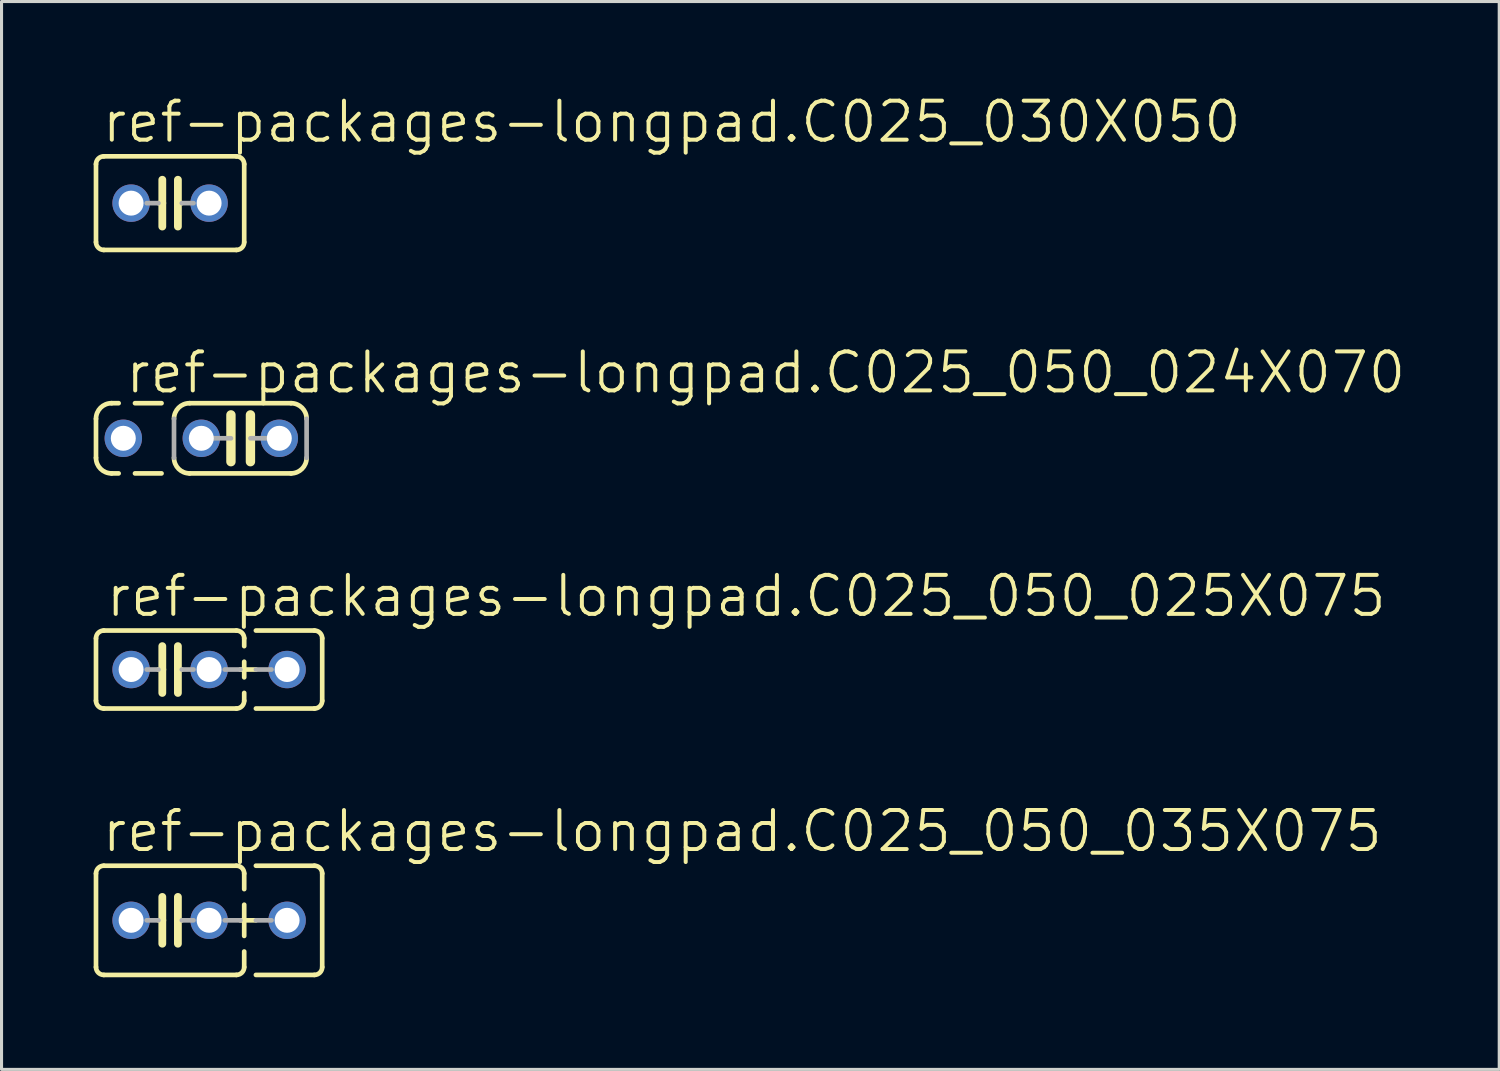
<source format=kicad_pcb>
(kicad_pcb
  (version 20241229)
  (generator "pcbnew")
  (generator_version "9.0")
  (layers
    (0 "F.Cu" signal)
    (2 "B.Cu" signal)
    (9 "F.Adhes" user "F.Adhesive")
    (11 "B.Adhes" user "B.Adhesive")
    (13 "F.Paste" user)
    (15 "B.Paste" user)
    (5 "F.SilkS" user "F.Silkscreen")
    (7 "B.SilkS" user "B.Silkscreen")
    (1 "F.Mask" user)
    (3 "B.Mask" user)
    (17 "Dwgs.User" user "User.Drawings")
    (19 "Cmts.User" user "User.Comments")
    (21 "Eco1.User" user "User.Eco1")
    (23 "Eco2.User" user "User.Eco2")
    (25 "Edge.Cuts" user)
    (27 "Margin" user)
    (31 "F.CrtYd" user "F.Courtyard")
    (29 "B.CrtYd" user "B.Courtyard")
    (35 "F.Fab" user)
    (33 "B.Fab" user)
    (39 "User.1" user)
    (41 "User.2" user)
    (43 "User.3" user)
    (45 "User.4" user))
  (footprint "ref-packages-longpad.C025_050_035X075"
    (layer "F.Cu")
    (at 2.489 26.918)
    (property "Reference" "ref-packages-longpad.C025_050_035X075" (at -2.286 -2.159 0) (layer "F.SilkS") (effects (font (size 1.27 1.27) (thickness 0.13)) (justify left bottom)))
    (attr through_hole)
    (fp_line (start -2.413 -1.524) (end -2.413 1.524) (stroke (width 0.152) (type default)) (layer "F.SilkS"))
    (fp_line (start -2.159 -1.778) (end 2.159 -1.778) (stroke (width 0.152) (type default)) (layer "F.SilkS"))
    (fp_line (start -0.254 -0.762) (end -0.254 0) (stroke (width 0.254) (type default)) (layer "F.SilkS"))
    (fp_line (start -0.254 0) (end -0.381 0) (stroke (width 0.152) (type default)) (layer "F.SilkS"))
    (fp_line (start -0.254 0) (end -0.254 0.762) (stroke (width 0.254) (type default)) (layer "F.SilkS"))
    (fp_line (start 0.254 0) (end 0.254 -0.762) (stroke (width 0.254) (type default)) (layer "F.SilkS"))
    (fp_line (start 0.254 0) (end 0.254 0.762) (stroke (width 0.254) (type default)) (layer "F.SilkS"))
    (fp_line (start 0.381 0) (end 0.254 0) (stroke (width 0.152) (type default)) (layer "F.SilkS"))
    (fp_line (start 2.159 1.778) (end -2.159 1.778) (stroke (width 0.152) (type default)) (layer "F.SilkS"))
    (fp_line (start 2.286 0) (end 2.794 0) (stroke (width 0.152) (type default)) (layer "F.SilkS"))
    (fp_line (start 2.413 -1.524) (end 2.413 -1.016) (stroke (width 0.152) (type default)) (layer "F.SilkS"))
    (fp_line (start 2.413 -0.508) (end 2.413 0.508) (stroke (width 0.152) (type default)) (layer "F.SilkS"))
    (fp_line (start 2.413 1.016) (end 2.413 1.524) (stroke (width 0.152) (type default)) (layer "F.SilkS"))
    (fp_line (start 2.794 -1.778) (end 4.699 -1.778) (stroke (width 0.152) (type default)) (layer "F.SilkS"))
    (fp_line (start 4.699 1.778) (end 2.794 1.778) (stroke (width 0.152) (type default)) (layer "F.SilkS"))
    (fp_line (start 4.953 -1.524) (end 4.953 1.524) (stroke (width 0.152) (type default)) (layer "F.SilkS"))
    (fp_arc (start -2.413 -1.524) (mid -2.338605 -1.703605) (end -2.159 -1.778) (stroke (width 0.1524) (type default)) (layer "F.SilkS"))
    (fp_arc (start -2.159 1.778) (mid -2.338605 1.703605) (end -2.413 1.524) (stroke (width 0.1524) (type default)) (layer "F.SilkS"))
    (fp_arc (start 2.159 -1.778) (mid 2.338605 -1.703605) (end 2.413 -1.524) (stroke (width 0.1524) (type default)) (layer "F.SilkS"))
    (fp_arc (start 2.413 1.524) (mid 2.338605 1.703605) (end 2.159 1.778) (stroke (width 0.1524) (type default)) (layer "F.SilkS"))
    (fp_arc (start 4.699 -1.778) (mid 4.878605 -1.703605) (end 4.953 -1.524) (stroke (width 0.1524) (type default)) (layer "F.SilkS"))
    (fp_arc (start 4.953 1.524) (mid 4.878605 1.703605) (end 4.699 1.778) (stroke (width 0.1524) (type default)) (layer "F.SilkS"))
    (fp_line (start -0.381 0) (end -0.762 0) (stroke (width 0.152) (type default)) (layer "F.Fab"))
    (fp_line (start 0.381 0) (end 0.762 0) (stroke (width 0.152) (type default)) (layer "F.Fab"))
    (fp_line (start 2.286 0) (end 1.778 0) (stroke (width 0.152) (type default)) (layer "F.Fab"))
    (fp_line (start 2.794 0) (end 3.302 0) (stroke (width 0.152) (type default)) (layer "F.Fab"))
    (pad "1" thru_hole circle (at -1.27 0) (size 1.219 1.219) (drill 0.813) (layers "*.Cu" "*.Mask"))
    (pad "2" thru_hole circle (at 1.27 0) (size 1.219 1.219) (drill 0.813) (layers "*.Cu" "*.Mask"))
    (pad "3" thru_hole circle (at 3.81 0) (size 1.219 1.219) (drill 0.813) (layers "*.Cu" "*.Mask")))
  (footprint "ref-packages-longpad.C025_050_024X070"
    (layer "F.Cu")
    (at 4.775 11.222)
    (property "Reference" "ref-packages-longpad.C025_050_024X070" (at -3.81 -1.397 0) (layer "F.SilkS") (effects (font (size 1.27 1.27) (thickness 0.13)) (justify left bottom)))
    (attr through_hole)
    (fp_line (start -4.699 0.635) (end -4.699 -0.635) (stroke (width 0.152) (type default)) (layer "F.SilkS"))
    (fp_line (start -4.191 -1.143) (end -3.962 -1.143) (stroke (width 0.152) (type default)) (layer "F.SilkS"))
    (fp_line (start -4.191 1.143) (end -3.962 1.143) (stroke (width 0.152) (type default)) (layer "F.SilkS"))
    (fp_line (start -3.429 -1.143) (end -2.565 -1.143) (stroke (width 0.152) (type default)) (layer "F.SilkS"))
    (fp_line (start -3.429 1.143) (end -2.565 1.143) (stroke (width 0.152) (type default)) (layer "F.SilkS"))
    (fp_line (start -0.305 -0.762) (end -0.305 0.762) (stroke (width 0.305) (type default)) (layer "F.SilkS"))
    (fp_line (start 0.33 -0.762) (end 0.33 0.762) (stroke (width 0.305) (type default)) (layer "F.SilkS"))
    (fp_line (start 1.651 -1.143) (end -1.651 -1.143) (stroke (width 0.152) (type default)) (layer "F.SilkS"))
    (fp_line (start 1.651 1.143) (end -1.651 1.143) (stroke (width 0.152) (type default)) (layer "F.SilkS"))
    (fp_arc (start -4.699 -0.635) (mid -4.55021 -0.99421) (end -4.191 -1.143) (stroke (width 0.1524) (type default)) (layer "F.SilkS"))
    (fp_arc (start -4.191 1.143) (mid -4.55021 0.99421) (end -4.699 0.635) (stroke (width 0.1524) (type default)) (layer "F.SilkS"))
    (fp_arc (start -2.159 -0.635) (mid -2.01021 -0.99421) (end -1.651 -1.143) (stroke (width 0.1524) (type default)) (layer "F.SilkS"))
    (fp_arc (start -1.651 1.143) (mid -2.01021 0.99421) (end -2.159 0.635) (stroke (width 0.1524) (type default)) (layer "F.SilkS"))
    (fp_arc (start 1.651 -1.143) (mid 2.01021 -0.99421) (end 2.159 -0.635) (stroke (width 0.1524) (type default)) (layer "F.SilkS"))
    (fp_arc (start 2.159 0.635) (mid 2.01021 0.99421) (end 1.651 1.143) (stroke (width 0.1524) (type default)) (layer "F.SilkS"))
    (fp_line (start -2.159 0.635) (end -2.159 -0.635) (stroke (width 0.152) (type default)) (layer "F.Fab"))
    (fp_line (start -1.27 0) (end -0.305 0) (stroke (width 0.152) (type default)) (layer "F.Fab"))
    (fp_line (start 1.27 0) (end 0.33 0) (stroke (width 0.152) (type default)) (layer "F.Fab"))
    (fp_line (start 2.159 0.635) (end 2.159 -0.635) (stroke (width 0.152) (type default)) (layer "F.Fab"))
    (pad "1" thru_hole circle (at -3.81 0) (size 1.219 1.219) (drill 0.813) (layers "*.Cu" "*.Mask"))
    (pad "2" thru_hole circle (at -1.27 0) (size 1.219 1.219) (drill 0.813) (layers "*.Cu" "*.Mask"))
    (pad "3" thru_hole circle (at 1.27 0) (size 1.219 1.219) (drill 0.813) (layers "*.Cu" "*.Mask")))
  (footprint "ref-packages-longpad.C025_050_025X075"
    (layer "F.Cu")
    (at 2.489 18.752)
    (property "Reference" "ref-packages-longpad.C025_050_025X075" (at -2.159 -1.651 0) (layer "F.SilkS") (effects (font (size 1.27 1.27) (thickness 0.13)) (justify left bottom)))
    (attr through_hole)
    (fp_line (start -2.413 -1.016) (end -2.413 1.016) (stroke (width 0.152) (type default)) (layer "F.SilkS"))
    (fp_line (start -2.159 -1.27) (end 2.159 -1.27) (stroke (width 0.152) (type default)) (layer "F.SilkS"))
    (fp_line (start -0.254 -0.762) (end -0.254 0) (stroke (width 0.254) (type default)) (layer "F.SilkS"))
    (fp_line (start -0.254 0) (end -0.381 0) (stroke (width 0.152) (type default)) (layer "F.SilkS"))
    (fp_line (start -0.254 0) (end -0.254 0.762) (stroke (width 0.254) (type default)) (layer "F.SilkS"))
    (fp_line (start 0.254 0) (end 0.254 -0.762) (stroke (width 0.254) (type default)) (layer "F.SilkS"))
    (fp_line (start 0.254 0) (end 0.254 0.762) (stroke (width 0.254) (type default)) (layer "F.SilkS"))
    (fp_line (start 0.381 0) (end 0.254 0) (stroke (width 0.152) (type default)) (layer "F.SilkS"))
    (fp_line (start 2.159 1.27) (end -2.159 1.27) (stroke (width 0.152) (type default)) (layer "F.SilkS"))
    (fp_line (start 2.286 0) (end 2.794 0) (stroke (width 0.152) (type default)) (layer "F.SilkS"))
    (fp_line (start 2.413 -1.016) (end 2.413 -0.762) (stroke (width 0.152) (type default)) (layer "F.SilkS"))
    (fp_line (start 2.413 -0.254) (end 2.413 0.254) (stroke (width 0.152) (type default)) (layer "F.SilkS"))
    (fp_line (start 2.413 0.762) (end 2.413 1.016) (stroke (width 0.152) (type default)) (layer "F.SilkS"))
    (fp_line (start 2.794 -1.27) (end 4.699 -1.27) (stroke (width 0.152) (type default)) (layer "F.SilkS"))
    (fp_line (start 4.699 1.27) (end 2.794 1.27) (stroke (width 0.152) (type default)) (layer "F.SilkS"))
    (fp_line (start 4.953 -1.016) (end 4.953 1.016) (stroke (width 0.152) (type default)) (layer "F.SilkS"))
    (fp_arc (start -2.413 -1.016) (mid -2.338605 -1.195605) (end -2.159 -1.27) (stroke (width 0.1524) (type default)) (layer "F.SilkS"))
    (fp_arc (start -2.159 1.27) (mid -2.338605 1.195605) (end -2.413 1.016) (stroke (width 0.1524) (type default)) (layer "F.SilkS"))
    (fp_arc (start 2.159 -1.27) (mid 2.338605 -1.195605) (end 2.413 -1.016) (stroke (width 0.1524) (type default)) (layer "F.SilkS"))
    (fp_arc (start 2.413 1.016) (mid 2.338605 1.195605) (end 2.159 1.27) (stroke (width 0.1524) (type default)) (layer "F.SilkS"))
    (fp_arc (start 4.699 -1.27) (mid 4.878605 -1.195605) (end 4.953 -1.016) (stroke (width 0.1524) (type default)) (layer "F.SilkS"))
    (fp_arc (start 4.953 1.016) (mid 4.878605 1.195605) (end 4.699 1.27) (stroke (width 0.1524) (type default)) (layer "F.SilkS"))
    (fp_line (start -0.381 0) (end -0.762 0) (stroke (width 0.152) (type default)) (layer "F.Fab"))
    (fp_line (start 0.762 0) (end 0.381 0) (stroke (width 0.152) (type default)) (layer "F.Fab"))
    (fp_line (start 1.778 0) (end 2.286 0) (stroke (width 0.152) (type default)) (layer "F.Fab"))
    (fp_line (start 2.794 0) (end 3.302 0) (stroke (width 0.152) (type default)) (layer "F.Fab"))
    (pad "1" thru_hole circle (at -1.27 0) (size 1.219 1.219) (drill 0.813) (layers "*.Cu" "*.Mask"))
    (pad "2" thru_hole circle (at 1.27 0) (size 1.219 1.219) (drill 0.813) (layers "*.Cu" "*.Mask"))
    (pad "3" thru_hole circle (at 3.81 0) (size 1.219 1.219) (drill 0.813) (layers "*.Cu" "*.Mask")))
  (footprint "ref-packages-longpad.C025_030X050"
    (layer "F.Cu")
    (at 2.489 3.565)
    (property "Reference" "ref-packages-longpad.C025_030X050" (at -2.286 -1.905 0) (layer "F.SilkS") (effects (font (size 1.27 1.27) (thickness 0.13)) (justify left bottom)))
    (attr through_hole)
    (fp_line (start -2.413 -1.27) (end -2.413 1.27) (stroke (width 0.152) (type default)) (layer "F.SilkS"))
    (fp_line (start -2.159 -1.524) (end 2.159 -1.524) (stroke (width 0.152) (type default)) (layer "F.SilkS"))
    (fp_line (start -0.254 -0.762) (end -0.254 0) (stroke (width 0.254) (type default)) (layer "F.SilkS"))
    (fp_line (start -0.254 0) (end -0.381 0) (stroke (width 0.152) (type default)) (layer "F.SilkS"))
    (fp_line (start -0.254 0) (end -0.254 0.762) (stroke (width 0.254) (type default)) (layer "F.SilkS"))
    (fp_line (start 0.254 0) (end 0.254 -0.762) (stroke (width 0.254) (type default)) (layer "F.SilkS"))
    (fp_line (start 0.254 0) (end 0.254 0.762) (stroke (width 0.254) (type default)) (layer "F.SilkS"))
    (fp_line (start 0.381 0) (end 0.254 0) (stroke (width 0.152) (type default)) (layer "F.SilkS"))
    (fp_line (start 2.159 1.524) (end -2.159 1.524) (stroke (width 0.152) (type default)) (layer "F.SilkS"))
    (fp_line (start 2.413 -1.27) (end 2.413 1.27) (stroke (width 0.152) (type default)) (layer "F.SilkS"))
    (fp_arc (start -2.413 -1.27) (mid -2.338605 -1.449605) (end -2.159 -1.524) (stroke (width 0.1524) (type default)) (layer "F.SilkS"))
    (fp_arc (start -2.159 1.524) (mid -2.338605 1.449605) (end -2.413 1.27) (stroke (width 0.1524) (type default)) (layer "F.SilkS"))
    (fp_arc (start 2.159 -1.524) (mid 2.338605 -1.449605) (end 2.413 -1.27) (stroke (width 0.1524) (type default)) (layer "F.SilkS"))
    (fp_arc (start 2.413 1.27) (mid 2.338605 1.449605) (end 2.159 1.524) (stroke (width 0.1524) (type default)) (layer "F.SilkS"))
    (fp_line (start -0.381 0) (end -0.762 0) (stroke (width 0.152) (type default)) (layer "F.Fab"))
    (fp_line (start 0.762 0) (end 0.381 0) (stroke (width 0.152) (type default)) (layer "F.Fab"))
    (pad "1" thru_hole circle (at -1.27 0) (size 1.219 1.219) (drill 0.813) (layers "*.Cu" "*.Mask"))
    (pad "2" thru_hole circle (at 1.27 0) (size 1.219 1.219) (drill 0.813) (layers "*.Cu" "*.Mask")))
  (gr_rect
    (start -3 -3)
    (end 45.769 31.772)
    (stroke (width 0.1) (type default))
    (fill no)
    (layer "Edge.Cuts")))
</source>
